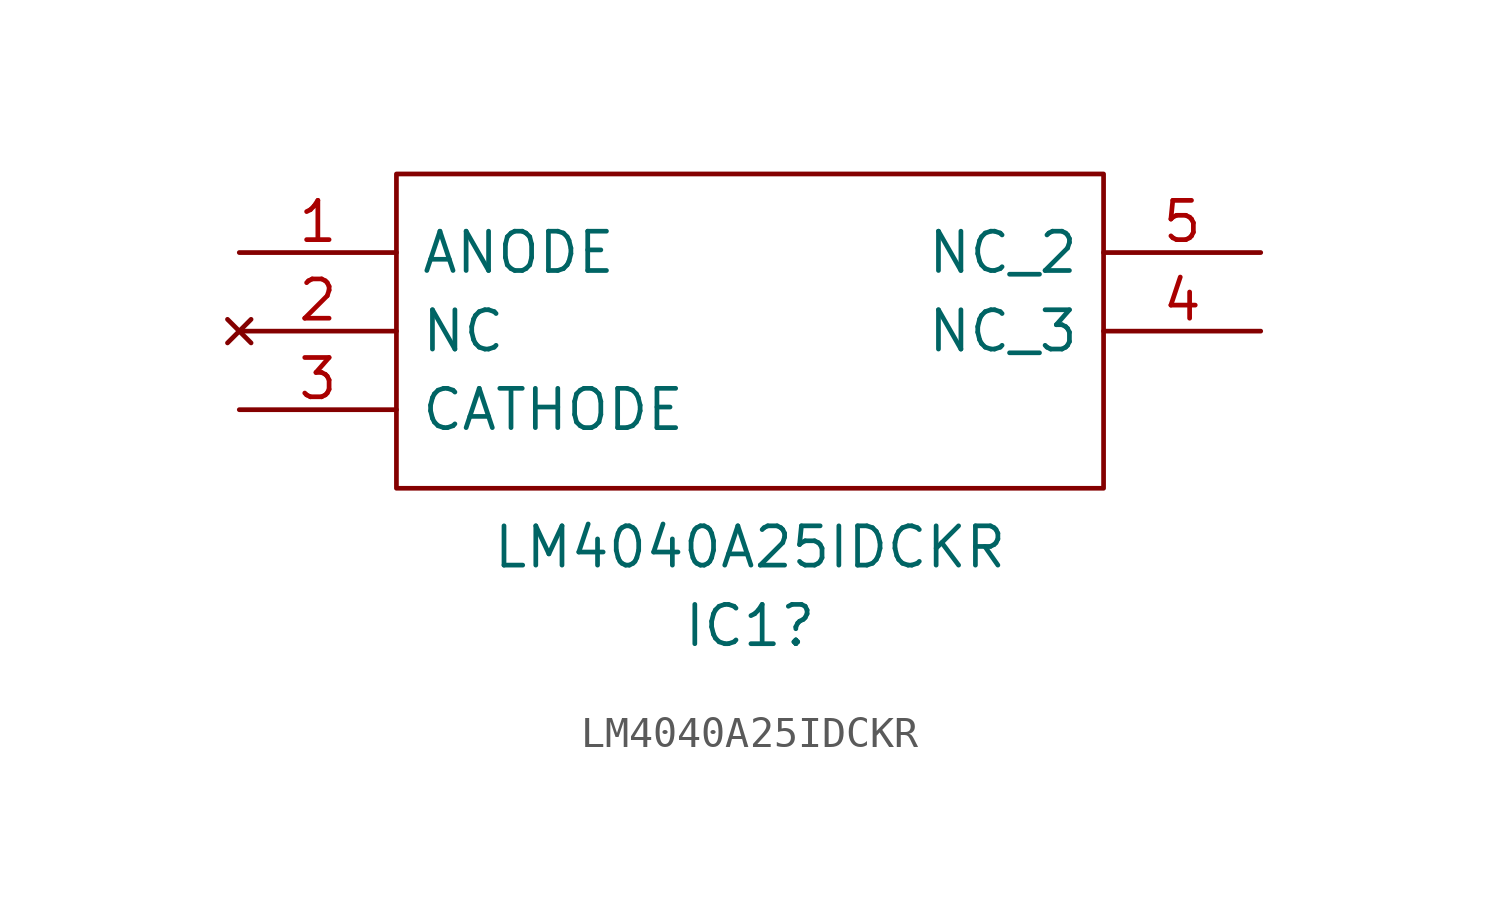
<source format=kicad_sym>
(kicad_symbol_lib
  (version 20220914)
  (generator kicad_symbol_editor)
  (symbol "LM4040A25IDCKR"
    (pin_names
      (offset 0.762))
    (property "Reference" "IC1"
      (at 16.51 -12.065 0)
      (effects (font (size 1.27 1.27))))
    (property "Value" "LM4040A25IDCKR"
      (at 16.51 -9.525 0)
      (effects (font (size 1.27 1.27))))
    (symbol "LM4040A25IDCKR_0_0"
      (pin passive line (at 0 0 0) (length 5.08) (name "ANODE" (effects (font (size 1.27 1.27)))) (number "1" (effects (font (size 1.27 1.27)))))
      (pin no_connect line (at 0 -2.54 0) (length 5.08) (name "NC" (effects (font (size 1.27 1.27)))) (number "2" (effects (font (size 1.27 1.27)))))
      (pin passive line (at 0 -5.08 0) (length 5.08) (name "CATHODE" (effects (font (size 1.27 1.27)))) (number "3" (effects (font (size 1.27 1.27)))))
      (pin passive line (at 33.02 -2.54 180) (length 5.08) (name "NC_3" (effects (font (size 1.27 1.27)))) (number "4" (effects (font (size 1.27 1.27)))))
      (pin passive line (at 33.02 0 180) (length 5.08) (name "NC_2" (effects (font (size 1.27 1.27)))) (number "5" (effects (font (size 1.27 1.27))))))
    (symbol "LM4040A25IDCKR_0_1"
      (polyline (pts (xy 5.08 2.54) (xy 27.94 2.54) (xy 27.94 -7.62) (xy 5.08 -7.62) (xy 5.08 2.54)) (stroke (width 0.152) (type solid)) (fill (type none))))))
</source>
